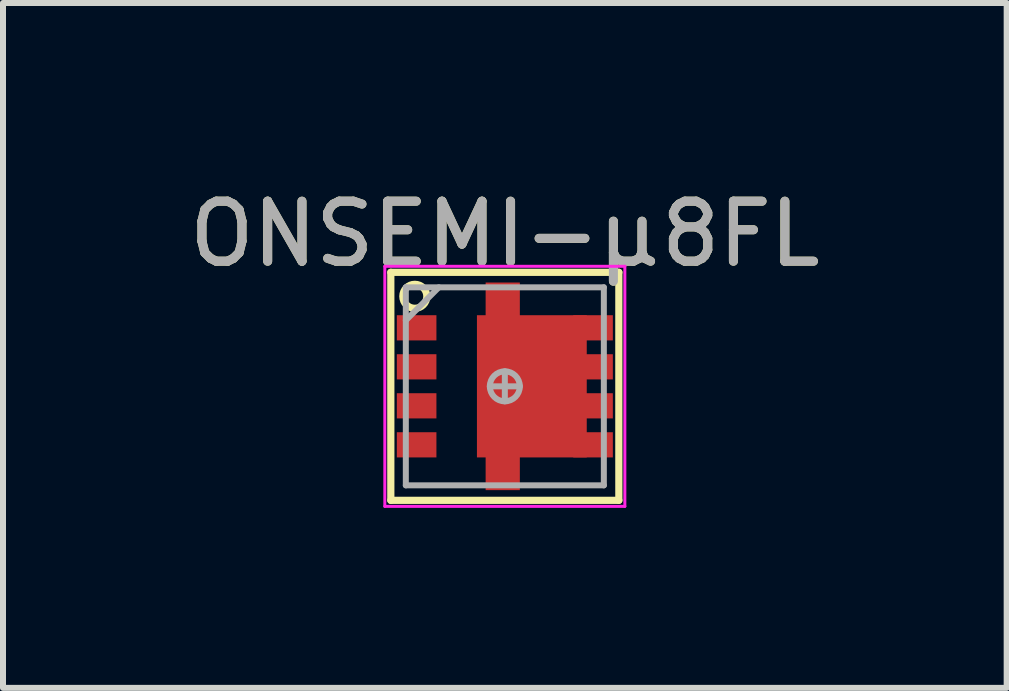
<source format=kicad_pcb>
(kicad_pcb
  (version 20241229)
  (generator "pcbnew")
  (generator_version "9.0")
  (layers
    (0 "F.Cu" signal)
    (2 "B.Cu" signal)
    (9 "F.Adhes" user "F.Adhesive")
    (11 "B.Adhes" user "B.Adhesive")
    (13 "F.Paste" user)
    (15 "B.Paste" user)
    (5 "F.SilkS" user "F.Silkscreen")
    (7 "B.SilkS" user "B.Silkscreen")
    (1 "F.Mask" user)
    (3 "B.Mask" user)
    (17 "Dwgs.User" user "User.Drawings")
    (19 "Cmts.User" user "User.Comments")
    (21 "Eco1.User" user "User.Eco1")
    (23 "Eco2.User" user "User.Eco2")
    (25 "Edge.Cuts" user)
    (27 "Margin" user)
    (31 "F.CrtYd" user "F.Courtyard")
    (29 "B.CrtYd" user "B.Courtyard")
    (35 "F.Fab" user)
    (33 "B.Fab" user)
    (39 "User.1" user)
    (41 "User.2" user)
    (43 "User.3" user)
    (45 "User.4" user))
  (footprint "ONSEMI-µ8FL"
    (layer "F.Cu")
    (at 5.363 3.388)
    (property "Reference" "ONSEMI-µ8FL" (at 0 -2.54 0) (layer "F.SilkS") (effects (font (size 1 1) (thickness 0.15))))
    (attr through_hole)
    (fp_line (start -1.9 1.9) (end -1.9 -1.9) (stroke (width 0.12) (type solid)) (layer "F.SilkS"))
    (fp_line (start 1.9 -1.9) (end -1.9 -1.9) (stroke (width 0.12) (type solid)) (layer "F.SilkS"))
    (fp_line (start 1.9 1.9) (end -1.9 1.9) (stroke (width 0.12) (type solid)) (layer "F.SilkS"))
    (fp_line (start 1.9 1.9) (end 1.9 -1.9) (stroke (width 0.12) (type solid)) (layer "F.SilkS"))
    (fp_circle (center -1.5 -1.5) (end -1.3 -1.5) (stroke (width 0.12) (type solid)) (fill no) (layer "F.SilkS"))
    (fp_line (start -2 -2) (end 2 -2) (stroke (width 0.05) (type solid)) (layer "F.CrtYd"))
    (fp_line (start -2 2) (end -2 -2) (stroke (width 0.05) (type solid)) (layer "F.CrtYd"))
    (fp_line (start 2 -2) (end 2 2) (stroke (width 0.05) (type solid)) (layer "F.CrtYd"))
    (fp_line (start 2 2) (end -2 2) (stroke (width 0.05) (type solid)) (layer "F.CrtYd"))
    (fp_line (start -1.65 -1.65) (end 1.65 -1.65) (stroke (width 0.1) (type solid)) (layer "F.Fab"))
    (fp_line (start -1.65 1.65) (end -1.65 -1.65) (stroke (width 0.1) (type solid)) (layer "F.Fab"))
    (fp_line (start -1.1 -1.65) (end -1.65 -1.1) (stroke (width 0.1) (type solid)) (layer "F.Fab"))
    (fp_line (start 0 0.25) (end 0 -0.25) (stroke (width 0.1) (type solid)) (layer "F.Fab"))
    (fp_line (start 0.25 0) (end -0.25 0) (stroke (width 0.1) (type solid)) (layer "F.Fab"))
    (fp_line (start 1.65 -1.65) (end 1.65 1.65) (stroke (width 0.1) (type solid)) (layer "F.Fab"))
    (fp_line (start 1.65 1.65) (end -1.65 1.65) (stroke (width 0.1) (type solid)) (layer "F.Fab"))
    (fp_circle (center 0 0) (end 0 0.25) (stroke (width 0.1) (type solid)) (fill no) (layer "F.Fab"))
    (fp_text user "${REFERENCE}" (at 0 -2.54 0) (layer "F.Fab") (effects (font (size 1 1) (thickness 0.15))))
    (pad "" smd rect (at -1.47 -0.975) (size 0.56 0.32) (layers "F.Paste"))
    (pad "" smd rect (at -1.47 -0.325) (size 0.56 0.32) (layers "F.Paste"))
    (pad "" smd rect (at -1.47 0.325) (size 0.56 0.32) (layers "F.Paste"))
    (pad "" smd rect (at -1.47 0.975) (size 0.56 0.32) (layers "F.Paste"))
    (pad "" smd rect (at -0.03 -1.375) (size 0.42 0.55) (layers "F.Paste"))
    (pad "" smd rect (at -0.03 1.375) (size 0.42 0.55) (layers "F.Paste"))
    (pad "" smd rect (at 0.08 -0.6) (size 1 1) (layers "F.Paste"))
    (pad "" smd rect (at 0.08 0.6) (size 1 1) (layers "F.Paste"))
    (pad "" smd rect (at 1.015 -0.6) (size 0.47 1) (layers "F.Paste"))
    (pad "" smd rect (at 1.015 0.6) (size 0.47 1) (layers "F.Paste"))
    (pad "" smd rect (at 1.5 -0.97) (size 0.5 0.26) (layers "F.Paste"))
    (pad "" smd rect (at 1.5 -0.33) (size 0.5 0.26) (layers "F.Paste"))
    (pad "" smd rect (at 1.5 0.33) (size 0.5 0.26) (layers "F.Paste"))
    (pad "" smd rect (at 1.5 0.97) (size 0.5 0.26) (layers "F.Paste"))
    (pad "1" smd rect (at -1.47 -0.975 270) (size 0.42 0.66) (layers "F.Cu" "F.Mask"))
    (pad "1" smd rect (at -1.47 -0.325 270) (size 0.42 0.66) (layers "F.Cu" "F.Mask"))
    (pad "1" smd rect (at -1.47 0.325 270) (size 0.42 0.66) (layers "F.Cu" "F.Mask"))
    (pad "2" smd rect (at -1.47 0.975 270) (size 0.42 0.66) (layers "F.Cu" "F.Mask"))
    (pad "3" smd rect (at -0.035 0 270) (size 3.46 0.57) (layers "F.Cu" "F.Mask"))
    (pad "3" smd rect (at 0.45 0 270) (size 2.37 1.83) (layers "F.Cu" "F.Mask"))
    (pad "3" smd rect (at 1.47 -0.975 270) (size 0.42 0.66) (layers "F.Cu" "F.Mask"))
    (pad "3" smd rect (at 1.47 -0.325 270) (size 0.42 0.66) (layers "F.Cu" "F.Mask"))
    (pad "3" smd rect (at 1.47 0.325 270) (size 0.42 0.66) (layers "F.Cu" "F.Mask"))
    (pad "3" smd rect (at 1.47 0.975 270) (size 0.42 0.66) (layers "F.Cu" "F.Mask")))
  (gr_rect
    (start -3 -3)
    (end 13.726 8.413)
    (stroke (width 0.1) (type default))
    (fill no)
    (layer "Edge.Cuts")))
</source>
